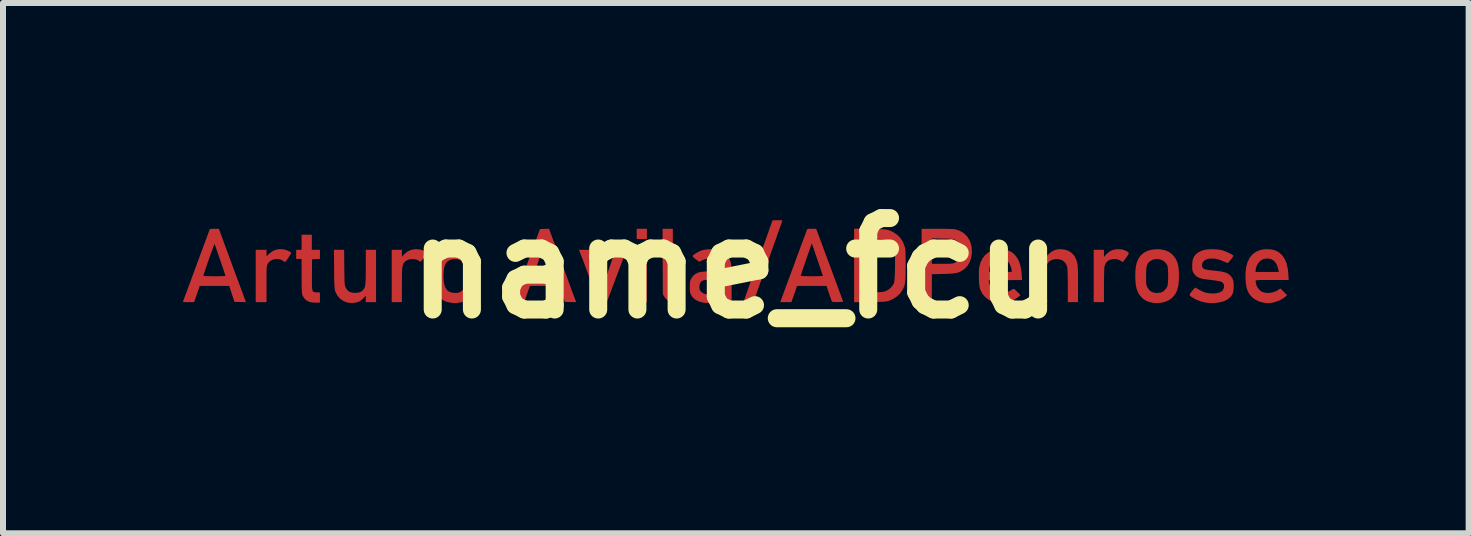
<source format=kicad_pcb>
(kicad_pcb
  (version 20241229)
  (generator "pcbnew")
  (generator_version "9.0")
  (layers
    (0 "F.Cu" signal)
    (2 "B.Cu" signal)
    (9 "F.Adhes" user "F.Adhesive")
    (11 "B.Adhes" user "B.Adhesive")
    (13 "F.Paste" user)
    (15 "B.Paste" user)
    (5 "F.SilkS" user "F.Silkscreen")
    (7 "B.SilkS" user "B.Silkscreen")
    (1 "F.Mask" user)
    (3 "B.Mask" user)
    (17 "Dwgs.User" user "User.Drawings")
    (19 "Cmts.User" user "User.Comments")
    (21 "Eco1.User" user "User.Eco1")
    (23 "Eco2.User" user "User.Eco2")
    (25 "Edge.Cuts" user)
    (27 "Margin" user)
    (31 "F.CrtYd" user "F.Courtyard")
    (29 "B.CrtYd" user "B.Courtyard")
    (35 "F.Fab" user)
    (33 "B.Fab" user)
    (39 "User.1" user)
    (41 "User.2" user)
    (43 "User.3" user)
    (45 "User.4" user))
  (footprint "name_fcu"
    (layer "F.Cu")
    (at 9.204 1.418)
    (property "Reference" "name_fcu" (at 0 0 0) (layer "F.SilkS") (effects (font (size 1.524 1.524) (thickness 0.3))))
    (attr board_only exclude_from_pos_files exclude_from_bom)
    (fp_poly (pts (xy -1.475 -0.486) (xy -1.645 -0.486) (xy -1.645 -0.656) (xy -1.475 -0.656)) (stroke (width 0) (type solid)) (fill yes) (layer "F.Cu"))
    (fp_poly (pts (xy -1.475 0.566) (xy -1.645 0.566) (xy -1.645 -0.306) (xy -1.475 -0.306)) (stroke (width 0) (type solid)) (fill yes) (layer "F.Cu"))
    (fp_poly (pts (xy -1.043 -0.146) (xy -1.043 -0.033) (xy -1.043 0.064) (xy -1.043 0.146) (xy -1.042 0.213) (xy -1.041 0.267) (xy -1.039 0.311) (xy -1.036 0.344) (xy -1.032 0.368) (xy -1.026 0.385) (xy -1.019 0.396) (xy -1.01 0.402) (xy -0.999 0.405) (xy -0.986 0.405) (xy -0.97 0.405) (xy -0.962 0.405) (xy -0.908 0.405) (xy -0.908 0.575) (xy -0.973 0.575) (xy -1.01 0.573) (xy -1.044 0.57) (xy -1.067 0.567) (xy -1.119 0.546) (xy -1.162 0.509) (xy -1.182 0.481) (xy -1.209 0.437) (xy -1.212 -0.109) (xy -1.214 -0.656) (xy -1.043 -0.656)) (stroke (width 0) (type solid)) (fill yes) (layer "F.Cu"))
    (fp_poly (pts (xy 0.764 -0.798) (xy 0.78 -0.795) (xy 0.782 -0.794) (xy 0.779 -0.784) (xy 0.771 -0.759) (xy 0.757 -0.72) (xy 0.738 -0.667) (xy 0.715 -0.602) (xy 0.688 -0.525) (xy 0.658 -0.439) (xy 0.624 -0.345) (xy 0.588 -0.243) (xy 0.55 -0.134) (xy 0.51 -0.021) (xy 0.5 0.004) (xy 0.219 0.796) (xy 0.136 0.798) (xy 0.1 0.799) (xy 0.073 0.798) (xy 0.057 0.795) (xy 0.054 0.794) (xy 0.057 0.784) (xy 0.066 0.759) (xy 0.08 0.72) (xy 0.098 0.667) (xy 0.121 0.602) (xy 0.148 0.525) (xy 0.179 0.439) (xy 0.212 0.345) (xy 0.248 0.243) (xy 0.287 0.134) (xy 0.327 0.021) (xy 0.336 -0.004) (xy 0.618 -0.796) (xy 0.7 -0.798) (xy 0.736 -0.799)) (stroke (width 0) (type solid)) (fill yes) (layer "F.Cu"))
    (fp_poly (pts (xy 6.417 -0.314) (xy 6.457 -0.308) (xy 6.492 -0.295) (xy 6.51 -0.287) (xy 6.536 -0.273) (xy 6.55 -0.261) (xy 6.554 -0.247) (xy 6.546 -0.227) (xy 6.528 -0.199) (xy 6.509 -0.173) (xy 6.455 -0.1) (xy 6.423 -0.122) (xy 6.379 -0.143) (xy 6.33 -0.152) (xy 6.282 -0.15) (xy 6.23 -0.136) (xy 6.19 -0.108) (xy 6.162 -0.066) (xy 6.15 -0.031) (xy 6.148 -0.013) (xy 6.146 0.02) (xy 6.144 0.066) (xy 6.143 0.122) (xy 6.142 0.187) (xy 6.141 0.256) (xy 6.141 0.285) (xy 6.141 0.566) (xy 5.97 0.566) (xy 5.97 -0.306) (xy 6.141 -0.306) (xy 6.141 -0.186) (xy 6.177 -0.228) (xy 6.228 -0.273) (xy 6.287 -0.303) (xy 6.351 -0.315) (xy 6.368 -0.316)) (stroke (width 0) (type solid)) (fill yes) (layer "F.Cu"))
    (fp_poly (pts (xy -7.058 -0.306) (xy -6.923 -0.306) (xy -6.923 -0.154) (xy -6.988 -0.151) (xy -7.054 -0.148) (xy -7.056 0.103) (xy -7.056 0.184) (xy -7.057 0.248) (xy -7.056 0.299) (xy -7.053 0.336) (xy -7.049 0.363) (xy -7.043 0.381) (xy -7.033 0.393) (xy -7.02 0.399) (xy -7.004 0.401) (xy -6.983 0.403) (xy -6.979 0.403) (xy -6.923 0.405) (xy -6.923 0.575) (xy -6.993 0.575) (xy -7.034 0.573) (xy -7.074 0.568) (xy -7.104 0.561) (xy -7.105 0.561) (xy -7.147 0.539) (xy -7.184 0.504) (xy -7.21 0.461) (xy -7.219 0.436) (xy -7.222 0.414) (xy -7.225 0.376) (xy -7.227 0.323) (xy -7.228 0.255) (xy -7.229 0.176) (xy -7.229 0.122) (xy -7.229 -0.153) (xy -7.319 -0.153) (xy -7.319 -0.306) (xy -7.229 -0.306) (xy -7.229 -0.557) (xy -7.058 -0.557)) (stroke (width 0) (type solid)) (fill yes) (layer "F.Cu"))
    (fp_poly (pts (xy -7.537 -0.314) (xy -7.503 -0.307) (xy -7.467 -0.295) (xy -7.435 -0.28) (xy -7.412 -0.266) (xy -7.402 -0.255) (xy -7.406 -0.244) (xy -7.418 -0.222) (xy -7.437 -0.192) (xy -7.459 -0.159) (xy -7.484 -0.125) (xy -7.505 -0.1) (xy -7.512 -0.102) (xy -7.527 -0.114) (xy -7.529 -0.116) (xy -7.567 -0.14) (xy -7.613 -0.152) (xy -7.662 -0.153) (xy -7.709 -0.141) (xy -7.751 -0.12) (xy -7.784 -0.088) (xy -7.793 -0.072) (xy -7.799 -0.061) (xy -7.803 -0.049) (xy -7.806 -0.036) (xy -7.809 -0.018) (xy -7.811 0.006) (xy -7.812 0.038) (xy -7.813 0.081) (xy -7.813 0.135) (xy -7.813 0.205) (xy -7.813 0.267) (xy -7.813 0.566) (xy -7.993 0.566) (xy -7.993 -0.306) (xy -7.813 -0.306) (xy -7.813 -0.196) (xy -7.773 -0.236) (xy -7.719 -0.28) (xy -7.66 -0.306) (xy -7.594 -0.317)) (stroke (width 0) (type solid)) (fill yes) (layer "F.Cu"))
    (fp_poly (pts (xy -5.29 -0.314) (xy -5.254 -0.31) (xy -5.235 -0.306) (xy -5.209 -0.297) (xy -5.182 -0.283) (xy -5.158 -0.269) (xy -5.142 -0.256) (xy -5.139 -0.25) (xy -5.144 -0.241) (xy -5.157 -0.221) (xy -5.177 -0.193) (xy -5.192 -0.172) (xy -5.216 -0.139) (xy -5.233 -0.119) (xy -5.245 -0.109) (xy -5.253 -0.108) (xy -5.26 -0.112) (xy -5.299 -0.137) (xy -5.347 -0.15) (xy -5.397 -0.152) (xy -5.447 -0.143) (xy -5.489 -0.122) (xy -5.509 -0.106) (xy -5.521 -0.092) (xy -5.531 -0.078) (xy -5.539 -0.061) (xy -5.545 -0.041) (xy -5.55 -0.014) (xy -5.553 0.02) (xy -5.555 0.065) (xy -5.556 0.122) (xy -5.556 0.192) (xy -5.557 0.276) (xy -5.557 0.566) (xy -5.727 0.566) (xy -5.727 -0.306) (xy -5.557 -0.306) (xy -5.557 -0.19) (xy -5.516 -0.233) (xy -5.464 -0.277) (xy -5.406 -0.304) (xy -5.342 -0.315) (xy -5.327 -0.316)) (stroke (width 0) (type solid)) (fill yes) (layer "F.Cu"))
    (fp_poly (pts (xy 5.489 -0.308) (xy 5.554 -0.286) (xy 5.608 -0.249) (xy 5.651 -0.199) (xy 5.682 -0.134) (xy 5.695 -0.09) (xy 5.699 -0.069) (xy 5.703 -0.043) (xy 5.705 -0.01) (xy 5.707 0.032) (xy 5.708 0.086) (xy 5.709 0.153) (xy 5.709 0.235) (xy 5.709 0.267) (xy 5.709 0.566) (xy 5.539 0.566) (xy 5.539 0.297) (xy 5.538 0.215) (xy 5.537 0.142) (xy 5.536 0.079) (xy 5.533 0.03) (xy 5.531 -0.005) (xy 5.529 -0.019) (xy 5.509 -0.07) (xy 5.477 -0.11) (xy 5.434 -0.137) (xy 5.38 -0.15) (xy 5.327 -0.15) (xy 5.271 -0.137) (xy 5.228 -0.112) (xy 5.201 -0.079) (xy 5.197 -0.07) (xy 5.193 -0.06) (xy 5.189 -0.046) (xy 5.187 -0.027) (xy 5.185 -0.001) (xy 5.184 0.035) (xy 5.183 0.082) (xy 5.182 0.142) (xy 5.181 0.217) (xy 5.181 0.258) (xy 5.178 0.566) (xy 5.008 0.566) (xy 5.008 -0.306) (xy 5.179 -0.306) (xy 5.179 -0.194) (xy 5.222 -0.236) (xy 5.272 -0.278) (xy 5.325 -0.303) (xy 5.385 -0.315) (xy 5.414 -0.316)) (stroke (width 0) (type solid)) (fill yes) (layer "F.Cu"))
    (fp_poly (pts (xy -2.515 -0.306) (xy -2.423 -0.306) (xy -2.321 -0.007) (xy -2.297 0.063) (xy -2.275 0.127) (xy -2.255 0.184) (xy -2.238 0.232) (xy -2.225 0.268) (xy -2.216 0.291) (xy -2.213 0.298) (xy -2.209 0.292) (xy -2.2 0.27) (xy -2.186 0.235) (xy -2.169 0.188) (xy -2.149 0.132) (xy -2.126 0.068) (xy -2.103 0.002) (xy -1.999 -0.301) (xy -1.907 -0.304) (xy -1.869 -0.304) (xy -1.839 -0.303) (xy -1.821 -0.301) (xy -1.818 -0.299) (xy -1.821 -0.289) (xy -1.831 -0.264) (xy -1.845 -0.226) (xy -1.864 -0.175) (xy -1.887 -0.114) (xy -1.913 -0.045) (xy -1.942 0.032) (xy -1.973 0.114) (xy -1.982 0.138) (xy -2.143 0.566) (xy -2.276 0.566) (xy -2.288 0.537) (xy -2.294 0.522) (xy -2.305 0.492) (xy -2.321 0.45) (xy -2.342 0.396) (xy -2.365 0.333) (xy -2.392 0.263) (xy -2.42 0.188) (xy -2.435 0.148) (xy -2.465 0.07) (xy -2.493 -0.005) (xy -2.518 -0.074) (xy -2.541 -0.135) (xy -2.561 -0.186) (xy -2.576 -0.226) (xy -2.586 -0.252) (xy -2.588 -0.258) (xy -2.607 -0.306)) (stroke (width 0) (type solid)) (fill yes) (layer "F.Cu"))
    (fp_poly (pts (xy -6.517 -0.011) (xy -6.516 0.069) (xy -6.515 0.134) (xy -6.514 0.185) (xy -6.513 0.224) (xy -6.511 0.253) (xy -6.509 0.275) (xy -6.506 0.292) (xy -6.502 0.305) (xy -6.497 0.317) (xy -6.492 0.328) (xy -6.465 0.368) (xy -6.43 0.395) (xy -6.385 0.409) (xy -6.327 0.412) (xy -6.323 0.412) (xy -6.276 0.407) (xy -6.241 0.394) (xy -6.212 0.373) (xy -6.193 0.349) (xy -6.184 0.336) (xy -6.177 0.32) (xy -6.171 0.299) (xy -6.167 0.272) (xy -6.164 0.237) (xy -6.161 0.192) (xy -6.16 0.134) (xy -6.159 0.062) (xy -6.159 -0.025) (xy -6.159 -0.306) (xy -5.988 -0.306) (xy -5.988 0.566) (xy -6.159 0.566) (xy -6.159 0.459) (xy -6.196 0.499) (xy -6.223 0.525) (xy -6.254 0.548) (xy -6.271 0.557) (xy -6.317 0.572) (xy -6.371 0.58) (xy -6.428 0.579) (xy -6.472 0.572) (xy -6.534 0.547) (xy -6.588 0.508) (xy -6.633 0.456) (xy -6.665 0.395) (xy -6.669 0.384) (xy -6.673 0.369) (xy -6.676 0.351) (xy -6.679 0.329) (xy -6.681 0.299) (xy -6.683 0.26) (xy -6.685 0.21) (xy -6.686 0.148) (xy -6.687 0.071) (xy -6.687 0.016) (xy -6.69 -0.306) (xy -6.52 -0.306)) (stroke (width 0) (type solid)) (fill yes) (layer "F.Cu"))
    (fp_poly (pts (xy 3.365 -0.656) (xy 3.434 -0.656) (xy 3.499 -0.655) (xy 3.557 -0.653) (xy 3.606 -0.652) (xy 3.643 -0.65) (xy 3.665 -0.647) (xy 3.667 -0.647) (xy 3.742 -0.621) (xy 3.807 -0.581) (xy 3.861 -0.528) (xy 3.902 -0.463) (xy 3.929 -0.389) (xy 3.937 -0.342) (xy 3.941 -0.258) (xy 3.93 -0.178) (xy 3.906 -0.105) (xy 3.869 -0.042) (xy 3.82 0.011) (xy 3.798 0.027) (xy 3.768 0.047) (xy 3.738 0.062) (xy 3.707 0.074) (xy 3.671 0.083) (xy 3.627 0.089) (xy 3.573 0.093) (xy 3.506 0.096) (xy 3.464 0.097) (xy 3.273 0.101) (xy 3.273 0.566) (xy 3.102 0.566) (xy 3.102 -0.496) (xy 3.273 -0.496) (xy 3.273 -0.072) (xy 3.446 -0.072) (xy 3.508 -0.072) (xy 3.555 -0.073) (xy 3.59 -0.075) (xy 3.615 -0.078) (xy 3.635 -0.081) (xy 3.65 -0.087) (xy 3.655 -0.089) (xy 3.701 -0.119) (xy 3.734 -0.16) (xy 3.754 -0.213) (xy 3.761 -0.278) (xy 3.761 -0.283) (xy 3.754 -0.349) (xy 3.734 -0.402) (xy 3.699 -0.444) (xy 3.671 -0.465) (xy 3.656 -0.473) (xy 3.642 -0.48) (xy 3.626 -0.485) (xy 3.606 -0.488) (xy 3.579 -0.49) (xy 3.541 -0.491) (xy 3.489 -0.492) (xy 3.45 -0.493) (xy 3.273 -0.496) (xy 3.102 -0.496) (xy 3.102 -0.656)) (stroke (width 0) (type solid)) (fill yes) (layer "F.Cu"))
    (fp_poly (pts (xy -2.891 -0.074) (xy -2.855 0.024) (xy -2.82 0.118) (xy -2.787 0.206) (xy -2.757 0.287) (xy -2.731 0.359) (xy -2.708 0.421) (xy -2.689 0.472) (xy -2.675 0.509) (xy -2.666 0.532) (xy -2.664 0.538) (xy -2.652 0.567) (xy -2.748 0.565) (xy -2.843 0.562) (xy -2.886 0.439) (xy -2.902 0.395) (xy -2.916 0.356) (xy -2.927 0.326) (xy -2.934 0.309) (xy -2.935 0.307) (xy -2.944 0.303) (xy -2.969 0.301) (xy -3.009 0.299) (xy -3.065 0.297) (xy -3.138 0.297) (xy -3.183 0.297) (xy -3.424 0.297) (xy -3.451 0.371) (xy -3.466 0.415) (xy -3.482 0.462) (xy -3.496 0.502) (xy -3.497 0.506) (xy -3.517 0.566) (xy -3.611 0.566) (xy -3.649 0.566) (xy -3.68 0.566) (xy -3.7 0.565) (xy -3.704 0.564) (xy -3.701 0.555) (xy -3.693 0.531) (xy -3.679 0.493) (xy -3.66 0.442) (xy -3.637 0.379) (xy -3.61 0.306) (xy -3.58 0.224) (xy -3.547 0.135) (xy -3.547 0.135) (xy -3.371 0.135) (xy -3.182 0.135) (xy -3.126 0.135) (xy -3.077 0.134) (xy -3.037 0.132) (xy -3.009 0.131) (xy -2.995 0.129) (xy -2.994 0.128) (xy -2.997 0.118) (xy -3.005 0.094) (xy -3.018 0.056) (xy -3.034 0.008) (xy -3.054 -0.049) (xy -3.076 -0.113) (xy -3.087 -0.147) (xy -3.18 -0.416) (xy -3.255 -0.197) (xy -3.276 -0.134) (xy -3.297 -0.073) (xy -3.316 -0.018) (xy -3.332 0.028) (xy -3.344 0.063) (xy -3.35 0.079) (xy -3.371 0.135) (xy -3.547 0.135) (xy -3.512 0.04) (xy -3.48 -0.045) (xy -3.256 -0.652) (xy -3.181 -0.654) (xy -3.106 -0.657)) (stroke (width 0) (type solid)) (fill yes) (layer "F.Cu"))
    (fp_poly (pts (xy 8.914 -0.313) (xy 8.969 -0.304) (xy 8.993 -0.297) (xy 9.056 -0.264) (xy 9.109 -0.216) (xy 9.152 -0.155) (xy 9.184 -0.079) (xy 9.204 0.009) (xy 9.213 0.097) (xy 9.219 0.198) (xy 8.943 0.198) (xy 8.865 0.198) (xy 8.804 0.198) (xy 8.757 0.198) (xy 8.722 0.199) (xy 8.698 0.201) (xy 8.682 0.203) (xy 8.673 0.205) (xy 8.669 0.209) (xy 8.668 0.214) (xy 8.667 0.216) (xy 8.675 0.266) (xy 8.695 0.314) (xy 8.726 0.356) (xy 8.763 0.388) (xy 8.798 0.404) (xy 8.869 0.414) (xy 8.941 0.407) (xy 9.009 0.384) (xy 9.045 0.363) (xy 9.082 0.339) (xy 9.138 0.395) (xy 9.193 0.451) (xy 9.162 0.478) (xy 9.114 0.512) (xy 9.056 0.542) (xy 8.994 0.564) (xy 8.965 0.571) (xy 8.917 0.58) (xy 8.875 0.583) (xy 8.83 0.579) (xy 8.794 0.574) (xy 8.722 0.554) (xy 8.656 0.521) (xy 8.6 0.476) (xy 8.557 0.421) (xy 8.554 0.417) (xy 8.532 0.372) (xy 8.517 0.321) (xy 8.506 0.26) (xy 8.5 0.185) (xy 8.5 0.184) (xy 8.5 0.075) (xy 8.501 0.063) (xy 8.667 0.063) (xy 9.054 0.063) (xy 9.049 0.034) (xy 9.03 -0.035) (xy 9.003 -0.09) (xy 8.966 -0.129) (xy 8.921 -0.153) (xy 8.869 -0.162) (xy 8.809 -0.154) (xy 8.799 -0.151) (xy 8.757 -0.13) (xy 8.72 -0.095) (xy 8.691 -0.05) (xy 8.673 -0.00048) (xy 8.667 0.042) (xy 8.667 0.063) (xy 8.501 0.063) (xy 8.511 -0.021) (xy 8.535 -0.105) (xy 8.57 -0.174) (xy 8.617 -0.231) (xy 8.675 -0.273) (xy 8.743 -0.301) (xy 8.794 -0.312) (xy 8.854 -0.316)) (stroke (width 0) (type solid)) (fill yes) (layer "F.Cu"))
    (fp_poly (pts (xy -4.586 -0.309) (xy -4.512 -0.29) (xy -4.45 -0.257) (xy -4.399 -0.211) (xy -4.384 -0.192) (xy -4.354 -0.142) (xy -4.332 -0.084) (xy -4.318 -0.015) (xy -4.31 0.069) (xy -4.31 0.071) (xy -4.309 0.179) (xy -4.316 0.271) (xy -4.334 0.351) (xy -4.361 0.417) (xy -4.399 0.471) (xy -4.448 0.515) (xy -4.484 0.537) (xy -4.559 0.567) (xy -4.64 0.581) (xy -4.726 0.579) (xy -4.771 0.571) (xy -4.823 0.557) (xy -4.866 0.537) (xy -4.905 0.509) (xy -4.924 0.492) (xy -4.96 0.454) (xy -4.988 0.414) (xy -5.008 0.367) (xy -5.022 0.312) (xy -5.031 0.246) (xy -5.035 0.166) (xy -5.035 0.13) (xy -4.864 0.13) (xy -4.861 0.212) (xy -4.849 0.278) (xy -4.83 0.33) (xy -4.803 0.368) (xy -4.766 0.394) (xy -4.762 0.396) (xy -4.724 0.408) (xy -4.678 0.413) (xy -4.633 0.412) (xy -4.597 0.404) (xy -4.559 0.381) (xy -4.526 0.346) (xy -4.503 0.303) (xy -4.5 0.293) (xy -4.494 0.263) (xy -4.49 0.219) (xy -4.487 0.168) (xy -4.487 0.114) (xy -4.488 0.061) (xy -4.491 0.016) (xy -4.495 -0.018) (xy -4.497 -0.022) (xy -4.519 -0.074) (xy -4.554 -0.114) (xy -4.599 -0.139) (xy -4.654 -0.151) (xy -4.69 -0.151) (xy -4.743 -0.141) (xy -4.785 -0.121) (xy -4.818 -0.09) (xy -4.841 -0.046) (xy -4.856 0.011) (xy -4.863 0.084) (xy -4.864 0.13) (xy -5.035 0.13) (xy -5.035 0.129) (xy -5.033 0.044) (xy -5.027 -0.025) (xy -5.016 -0.082) (xy -4.999 -0.13) (xy -4.976 -0.172) (xy -4.948 -0.207) (xy -4.899 -0.253) (xy -4.844 -0.285) (xy -4.78 -0.305) (xy -4.705 -0.314) (xy -4.671 -0.315)) (stroke (width 0) (type solid)) (fill yes) (layer "F.Cu"))
    (fp_poly (pts (xy 4.481 -0.312) (xy 4.542 -0.298) (xy 4.596 -0.272) (xy 4.644 -0.234) (xy 4.654 -0.223) (xy 4.694 -0.173) (xy 4.726 -0.114) (xy 4.748 -0.044) (xy 4.764 0.039) (xy 4.771 0.11) (xy 4.777 0.198) (xy 4.499 0.2) (xy 4.221 0.202) (xy 4.224 0.234) (xy 4.23 0.259) (xy 4.241 0.292) (xy 4.251 0.314) (xy 4.269 0.346) (xy 4.289 0.367) (xy 4.318 0.386) (xy 4.325 0.389) (xy 4.352 0.402) (xy 4.374 0.41) (xy 4.399 0.413) (xy 4.432 0.412) (xy 4.446 0.411) (xy 4.509 0.403) (xy 4.565 0.384) (xy 4.621 0.35) (xy 4.624 0.348) (xy 4.633 0.345) (xy 4.644 0.347) (xy 4.66 0.359) (xy 4.683 0.381) (xy 4.695 0.393) (xy 4.751 0.449) (xy 4.72 0.476) (xy 4.654 0.521) (xy 4.578 0.555) (xy 4.495 0.576) (xy 4.412 0.582) (xy 4.365 0.578) (xy 4.288 0.56) (xy 4.219 0.527) (xy 4.16 0.481) (xy 4.113 0.424) (xy 4.08 0.357) (xy 4.076 0.347) (xy 4.069 0.314) (xy 4.063 0.268) (xy 4.059 0.213) (xy 4.057 0.154) (xy 4.056 0.095) (xy 4.057 0.063) (xy 4.226 0.063) (xy 4.603 0.063) (xy 4.603 0.042) (xy 4.598 0.004) (xy 4.583 -0.04) (xy 4.563 -0.081) (xy 4.548 -0.102) (xy 4.509 -0.137) (xy 4.465 -0.157) (xy 4.418 -0.162) (xy 4.371 -0.155) (xy 4.327 -0.137) (xy 4.287 -0.108) (xy 4.256 -0.069) (xy 4.234 -0.023) (xy 4.226 0.031) (xy 4.226 0.035) (xy 4.226 0.063) (xy 4.057 0.063) (xy 4.058 0.041) (xy 4.062 -0.004) (xy 4.063 -0.015) (xy 4.085 -0.097) (xy 4.12 -0.166) (xy 4.167 -0.224) (xy 4.225 -0.268) (xy 4.294 -0.299) (xy 4.372 -0.314) (xy 4.407 -0.316)) (stroke (width 0) (type solid)) (fill yes) (layer "F.Cu"))
    (fp_poly (pts (xy 2.241 -0.654) (xy 2.322 -0.653) (xy 2.387 -0.651) (xy 2.44 -0.649) (xy 2.482 -0.646) (xy 2.515 -0.642) (xy 2.543 -0.636) (xy 2.568 -0.628) (xy 2.592 -0.619) (xy 2.618 -0.606) (xy 2.626 -0.602) (xy 2.695 -0.557) (xy 2.751 -0.5) (xy 2.794 -0.432) (xy 2.82 -0.362) (xy 2.825 -0.342) (xy 2.829 -0.32) (xy 2.832 -0.295) (xy 2.834 -0.263) (xy 2.835 -0.223) (xy 2.836 -0.171) (xy 2.837 -0.106) (xy 2.837 -0.045) (xy 2.836 0.04) (xy 2.836 0.109) (xy 2.834 0.165) (xy 2.831 0.21) (xy 2.826 0.247) (xy 2.82 0.277) (xy 2.812 0.305) (xy 2.801 0.331) (xy 2.79 0.353) (xy 2.748 0.418) (xy 2.69 0.473) (xy 2.619 0.518) (xy 2.566 0.541) (xy 2.55 0.547) (xy 2.533 0.551) (xy 2.514 0.555) (xy 2.49 0.558) (xy 2.459 0.56) (xy 2.418 0.561) (xy 2.366 0.563) (xy 2.299 0.564) (xy 2.246 0.564) (xy 1.978 0.568) (xy 1.978 -0.497) (xy 2.158 -0.497) (xy 2.158 0.407) (xy 2.313 0.403) (xy 2.371 0.401) (xy 2.415 0.399) (xy 2.447 0.397) (xy 2.472 0.393) (xy 2.492 0.387) (xy 2.511 0.38) (xy 2.516 0.378) (xy 2.561 0.351) (xy 2.602 0.312) (xy 2.633 0.269) (xy 2.643 0.246) (xy 2.647 0.225) (xy 2.651 0.189) (xy 2.654 0.142) (xy 2.657 0.086) (xy 2.659 0.024) (xy 2.66 -0.04) (xy 2.66 -0.103) (xy 2.66 -0.163) (xy 2.659 -0.215) (xy 2.657 -0.258) (xy 2.653 -0.287) (xy 2.653 -0.291) (xy 2.631 -0.355) (xy 2.595 -0.408) (xy 2.545 -0.449) (xy 2.491 -0.476) (xy 2.469 -0.481) (xy 2.433 -0.485) (xy 2.385 -0.489) (xy 2.329 -0.492) (xy 2.308 -0.492) (xy 2.158 -0.497) (xy 1.978 -0.497) (xy 1.978 -0.658)) (stroke (width 0) (type solid)) (fill yes) (layer "F.Cu"))
    (fp_poly (pts (xy 7.087 -0.313) (xy 7.163 -0.297) (xy 7.23 -0.267) (xy 7.287 -0.222) (xy 7.332 -0.165) (xy 7.364 -0.096) (xy 7.381 -0.027) (xy 7.387 0.022) (xy 7.39 0.082) (xy 7.39 0.147) (xy 7.388 0.21) (xy 7.384 0.265) (xy 7.381 0.288) (xy 7.361 0.368) (xy 7.327 0.436) (xy 7.28 0.492) (xy 7.221 0.535) (xy 7.151 0.564) (xy 7.102 0.575) (xy 7.05 0.582) (xy 7.006 0.583) (xy 6.962 0.578) (xy 6.926 0.571) (xy 6.874 0.557) (xy 6.832 0.537) (xy 6.792 0.509) (xy 6.773 0.492) (xy 6.735 0.449) (xy 6.705 0.4) (xy 6.684 0.341) (xy 6.671 0.271) (xy 6.664 0.187) (xy 6.663 0.132) (xy 6.842 0.132) (xy 6.843 0.186) (xy 6.843 0.226) (xy 6.845 0.255) (xy 6.848 0.276) (xy 6.853 0.294) (xy 6.86 0.31) (xy 6.867 0.324) (xy 6.898 0.368) (xy 6.937 0.397) (xy 6.987 0.411) (xy 7.024 0.414) (xy 7.059 0.411) (xy 7.091 0.406) (xy 7.106 0.401) (xy 7.139 0.38) (xy 7.17 0.347) (xy 7.194 0.31) (xy 7.201 0.29) (xy 7.205 0.265) (xy 7.208 0.227) (xy 7.21 0.18) (xy 7.211 0.129) (xy 7.21 0.078) (xy 7.208 0.031) (xy 7.205 -0.006) (xy 7.202 -0.029) (xy 7.18 -0.074) (xy 7.147 -0.11) (xy 7.104 -0.136) (xy 7.056 -0.15) (xy 7.005 -0.152) (xy 6.955 -0.142) (xy 6.91 -0.117) (xy 6.901 -0.11) (xy 6.88 -0.089) (xy 6.865 -0.067) (xy 6.855 -0.038) (xy 6.848 -0.002) (xy 6.844 0.046) (xy 6.843 0.107) (xy 6.842 0.132) (xy 6.663 0.132) (xy 6.663 0.13) (xy 6.665 0.042) (xy 6.674 -0.032) (xy 6.688 -0.093) (xy 6.709 -0.146) (xy 6.71 -0.15) (xy 6.75 -0.208) (xy 6.802 -0.254) (xy 6.866 -0.288) (xy 6.94 -0.309) (xy 7.024 -0.316)) (stroke (width 0) (type solid)) (fill yes) (layer "F.Cu"))
    (fp_poly (pts (xy 1.41 -0.483) (xy 1.427 -0.439) (xy 1.448 -0.381) (xy 1.474 -0.311) (xy 1.503 -0.232) (xy 1.535 -0.146) (xy 1.569 -0.056) (xy 1.603 0.037) (xy 1.636 0.126) (xy 1.797 0.562) (xy 1.706 0.565) (xy 1.659 0.565) (xy 1.628 0.563) (xy 1.611 0.559) (xy 1.609 0.556) (xy 1.603 0.544) (xy 1.594 0.518) (xy 1.581 0.482) (xy 1.566 0.439) (xy 1.56 0.421) (xy 1.518 0.297) (xy 1.026 0.297) (xy 1.007 0.357) (xy 0.993 0.396) (xy 0.977 0.443) (xy 0.962 0.488) (xy 0.96 0.492) (xy 0.933 0.566) (xy 0.747 0.566) (xy 0.777 0.483) (xy 0.786 0.46) (xy 0.8 0.421) (xy 0.819 0.369) (xy 0.843 0.305) (xy 0.87 0.232) (xy 0.9 0.151) (xy 0.908 0.128) (xy 1.088 0.128) (xy 1.096 0.13) (xy 1.12 0.132) (xy 1.157 0.133) (xy 1.203 0.134) (xy 1.257 0.135) (xy 1.272 0.135) (xy 1.328 0.135) (xy 1.376 0.134) (xy 1.416 0.132) (xy 1.443 0.131) (xy 1.456 0.129) (xy 1.457 0.128) (xy 1.454 0.118) (xy 1.446 0.094) (xy 1.433 0.056) (xy 1.417 0.008) (xy 1.398 -0.049) (xy 1.376 -0.113) (xy 1.365 -0.146) (xy 1.273 -0.414) (xy 1.261 -0.38) (xy 1.242 -0.325) (xy 1.221 -0.265) (xy 1.199 -0.202) (xy 1.177 -0.139) (xy 1.156 -0.077) (xy 1.137 -0.02) (xy 1.119 0.032) (xy 1.105 0.074) (xy 1.095 0.106) (xy 1.089 0.124) (xy 1.088 0.128) (xy 0.908 0.128) (xy 0.932 0.064) (xy 0.966 -0.027) (xy 0.994 -0.103) (xy 1.027 -0.195) (xy 1.06 -0.281) (xy 1.089 -0.362) (xy 1.116 -0.435) (xy 1.14 -0.499) (xy 1.16 -0.552) (xy 1.175 -0.593) (xy 1.185 -0.62) (xy 1.189 -0.632) (xy 1.194 -0.644) (xy 1.201 -0.651) (xy 1.215 -0.655) (xy 1.239 -0.656) (xy 1.272 -0.656) (xy 1.346 -0.656)) (stroke (width 0) (type solid)) (fill yes) (layer "F.Cu"))
    (fp_poly (pts (xy -8.403 -0.102) (xy -8.367 -0.005) (xy -8.333 0.088) (xy -8.3 0.176) (xy -8.27 0.257) (xy -8.243 0.33) (xy -8.22 0.393) (xy -8.201 0.444) (xy -8.187 0.482) (xy -8.178 0.505) (xy -8.177 0.509) (xy -8.155 0.567) (xy -8.347 0.562) (xy -8.391 0.429) (xy -8.435 0.297) (xy -8.926 0.297) (xy -8.973 0.432) (xy -9.02 0.566) (xy -9.115 0.566) (xy -9.157 0.566) (xy -9.183 0.565) (xy -9.198 0.563) (xy -9.204 0.558) (xy -9.203 0.552) (xy -9.203 0.551) (xy -9.199 0.54) (xy -9.189 0.513) (xy -9.174 0.473) (xy -9.154 0.42) (xy -9.13 0.356) (xy -9.103 0.282) (xy -9.072 0.199) (xy -9.046 0.128) (xy -8.865 0.128) (xy -8.857 0.13) (xy -8.833 0.132) (xy -8.796 0.133) (xy -8.75 0.134) (xy -8.696 0.135) (xy -8.681 0.135) (xy -8.626 0.135) (xy -8.577 0.134) (xy -8.538 0.132) (xy -8.51 0.131) (xy -8.497 0.129) (xy -8.497 0.128) (xy -8.5 0.118) (xy -8.508 0.094) (xy -8.52 0.056) (xy -8.536 0.008) (xy -8.556 -0.048) (xy -8.577 -0.111) (xy -8.585 -0.135) (xy -8.608 -0.2) (xy -8.628 -0.259) (xy -8.646 -0.312) (xy -8.661 -0.354) (xy -8.671 -0.385) (xy -8.677 -0.402) (xy -8.678 -0.404) (xy -8.681 -0.398) (xy -8.69 -0.378) (xy -8.702 -0.345) (xy -8.718 -0.303) (xy -8.736 -0.253) (xy -8.756 -0.198) (xy -8.776 -0.141) (xy -8.796 -0.084) (xy -8.815 -0.029) (xy -8.832 0.022) (xy -8.847 0.065) (xy -8.858 0.099) (xy -8.864 0.121) (xy -8.865 0.128) (xy -9.046 0.128) (xy -9.039 0.11) (xy -9.004 0.015) (xy -8.982 -0.045) (xy -8.946 -0.143) (xy -8.912 -0.236) (xy -8.879 -0.323) (xy -8.85 -0.402) (xy -8.824 -0.472) (xy -8.802 -0.532) (xy -8.784 -0.58) (xy -8.771 -0.616) (xy -8.763 -0.636) (xy -8.762 -0.641) (xy -8.756 -0.649) (xy -8.743 -0.653) (xy -8.721 -0.656) (xy -8.684 -0.656) (xy -8.681 -0.656) (xy -8.607 -0.656)) (stroke (width 0) (type solid)) (fill yes) (layer "F.Cu"))
    (fp_poly (pts (xy -0.339 -0.313) (xy -0.295 -0.305) (xy -0.223 -0.278) (xy -0.165 -0.239) (xy -0.12 -0.188) (xy -0.088 -0.125) (xy -0.073 -0.074) (xy -0.07 -0.049) (xy -0.067 -0.009) (xy -0.065 0.047) (xy -0.064 0.117) (xy -0.063 0.2) (xy -0.063 0.27) (xy -0.063 0.566) (xy -0.234 0.566) (xy -0.234 0.513) (xy -0.276 0.539) (xy -0.338 0.567) (xy -0.411 0.581) (xy -0.493 0.58) (xy -0.538 0.574) (xy -0.611 0.555) (xy -0.671 0.524) (xy -0.717 0.481) (xy -0.74 0.445) (xy -0.749 0.425) (xy -0.755 0.404) (xy -0.758 0.376) (xy -0.76 0.336) (xy -0.76 0.33) (xy -0.601 0.33) (xy -0.594 0.362) (xy -0.592 0.368) (xy -0.566 0.398) (xy -0.53 0.422) (xy -0.502 0.432) (xy -0.475 0.436) (xy -0.436 0.437) (xy -0.392 0.436) (xy -0.349 0.433) (xy -0.312 0.428) (xy -0.292 0.423) (xy -0.268 0.412) (xy -0.252 0.4) (xy -0.241 0.384) (xy -0.236 0.359) (xy -0.234 0.322) (xy -0.234 0.286) (xy -0.234 0.189) (xy -0.362 0.189) (xy -0.426 0.19) (xy -0.476 0.192) (xy -0.513 0.197) (xy -0.54 0.205) (xy -0.561 0.216) (xy -0.575 0.229) (xy -0.591 0.256) (xy -0.599 0.292) (xy -0.601 0.33) (xy -0.76 0.33) (xy -0.76 0.315) (xy -0.759 0.269) (xy -0.757 0.237) (xy -0.752 0.212) (xy -0.744 0.19) (xy -0.738 0.177) (xy -0.715 0.141) (xy -0.686 0.111) (xy -0.681 0.107) (xy -0.653 0.089) (xy -0.625 0.076) (xy -0.592 0.066) (xy -0.553 0.06) (xy -0.503 0.056) (xy -0.44 0.054) (xy -0.394 0.054) (xy -0.234 0.054) (xy -0.234 0.006) (xy -0.241 -0.048) (xy -0.262 -0.095) (xy -0.294 -0.131) (xy -0.31 -0.142) (xy -0.331 -0.152) (xy -0.351 -0.158) (xy -0.376 -0.16) (xy -0.413 -0.16) (xy -0.423 -0.16) (xy -0.469 -0.156) (xy -0.503 -0.15) (xy -0.534 -0.139) (xy -0.552 -0.131) (xy -0.603 -0.106) (xy -0.661 -0.148) (xy -0.693 -0.173) (xy -0.711 -0.192) (xy -0.714 -0.202) (xy -0.701 -0.217) (xy -0.677 -0.236) (xy -0.643 -0.257) (xy -0.606 -0.277) (xy -0.57 -0.293) (xy -0.559 -0.296) (xy -0.512 -0.307) (xy -0.455 -0.314) (xy -0.396 -0.316)) (stroke (width 0) (type solid)) (fill yes) (layer "F.Cu"))
    (fp_poly (pts (xy 7.975 -0.314) (xy 8.033 -0.311) (xy 8.083 -0.304) (xy 8.097 -0.301) (xy 8.128 -0.292) (xy 8.164 -0.279) (xy 8.202 -0.262) (xy 8.238 -0.245) (xy 8.269 -0.229) (xy 8.29 -0.215) (xy 8.299 -0.205) (xy 8.299 -0.205) (xy 8.293 -0.194) (xy 8.279 -0.174) (xy 8.259 -0.148) (xy 8.257 -0.145) (xy 8.235 -0.119) (xy 8.218 -0.099) (xy 8.209 -0.087) (xy 8.208 -0.087) (xy 8.198 -0.087) (xy 8.176 -0.094) (xy 8.149 -0.106) (xy 8.065 -0.141) (xy 7.985 -0.159) (xy 7.909 -0.16) (xy 7.863 -0.152) (xy 7.823 -0.134) (xy 7.793 -0.107) (xy 7.777 -0.072) (xy 7.776 -0.033) (xy 7.777 -0.028) (xy 7.784 -0.01) (xy 7.796 0.005) (xy 7.816 0.016) (xy 7.845 0.024) (xy 7.887 0.032) (xy 7.944 0.038) (xy 7.966 0.04) (xy 8.038 0.048) (xy 8.096 0.056) (xy 8.141 0.066) (xy 8.176 0.077) (xy 8.205 0.091) (xy 8.229 0.108) (xy 8.229 0.108) (xy 8.261 0.139) (xy 8.283 0.172) (xy 8.296 0.211) (xy 8.302 0.26) (xy 8.303 0.301) (xy 8.301 0.359) (xy 8.293 0.404) (xy 8.278 0.441) (xy 8.254 0.474) (xy 8.236 0.493) (xy 8.191 0.526) (xy 8.133 0.553) (xy 8.063 0.571) (xy 7.986 0.581) (xy 7.904 0.581) (xy 7.839 0.575) (xy 7.758 0.556) (xy 7.678 0.524) (xy 7.636 0.501) (xy 7.599 0.479) (xy 7.577 0.462) (xy 7.569 0.446) (xy 7.573 0.429) (xy 7.589 0.406) (xy 7.606 0.385) (xy 7.629 0.358) (xy 7.648 0.337) (xy 7.66 0.326) (xy 7.661 0.325) (xy 7.673 0.328) (xy 7.692 0.339) (xy 7.696 0.341) (xy 7.717 0.355) (xy 7.749 0.372) (xy 7.783 0.389) (xy 7.784 0.389) (xy 7.836 0.408) (xy 7.894 0.419) (xy 7.952 0.423) (xy 8.008 0.419) (xy 8.057 0.409) (xy 8.096 0.391) (xy 8.118 0.372) (xy 8.138 0.335) (xy 8.143 0.295) (xy 8.137 0.269) (xy 8.129 0.254) (xy 8.118 0.241) (xy 8.103 0.231) (xy 8.081 0.222) (xy 8.05 0.215) (xy 8.008 0.208) (xy 7.953 0.2) (xy 7.882 0.192) (xy 7.854 0.189) (xy 7.784 0.178) (xy 7.729 0.162) (xy 7.686 0.139) (xy 7.653 0.107) (xy 7.638 0.086) (xy 7.625 0.064) (xy 7.617 0.045) (xy 7.613 0.023) (xy 7.612 -0.007) (xy 7.611 -0.044) (xy 7.615 -0.106) (xy 7.625 -0.155) (xy 7.645 -0.196) (xy 7.673 -0.232) (xy 7.701 -0.255) (xy 7.74 -0.277) (xy 7.785 -0.296) (xy 7.819 -0.306) (xy 7.862 -0.312) (xy 7.916 -0.315)) (stroke (width 0) (type solid)) (fill yes) (layer "F.Cu")))
  (gr_rect
    (start -3 -3)
    (end 21.422 5.836)
    (stroke (width 0.1) (type default))
    (fill no)
    (layer "Edge.Cuts")))
</source>
